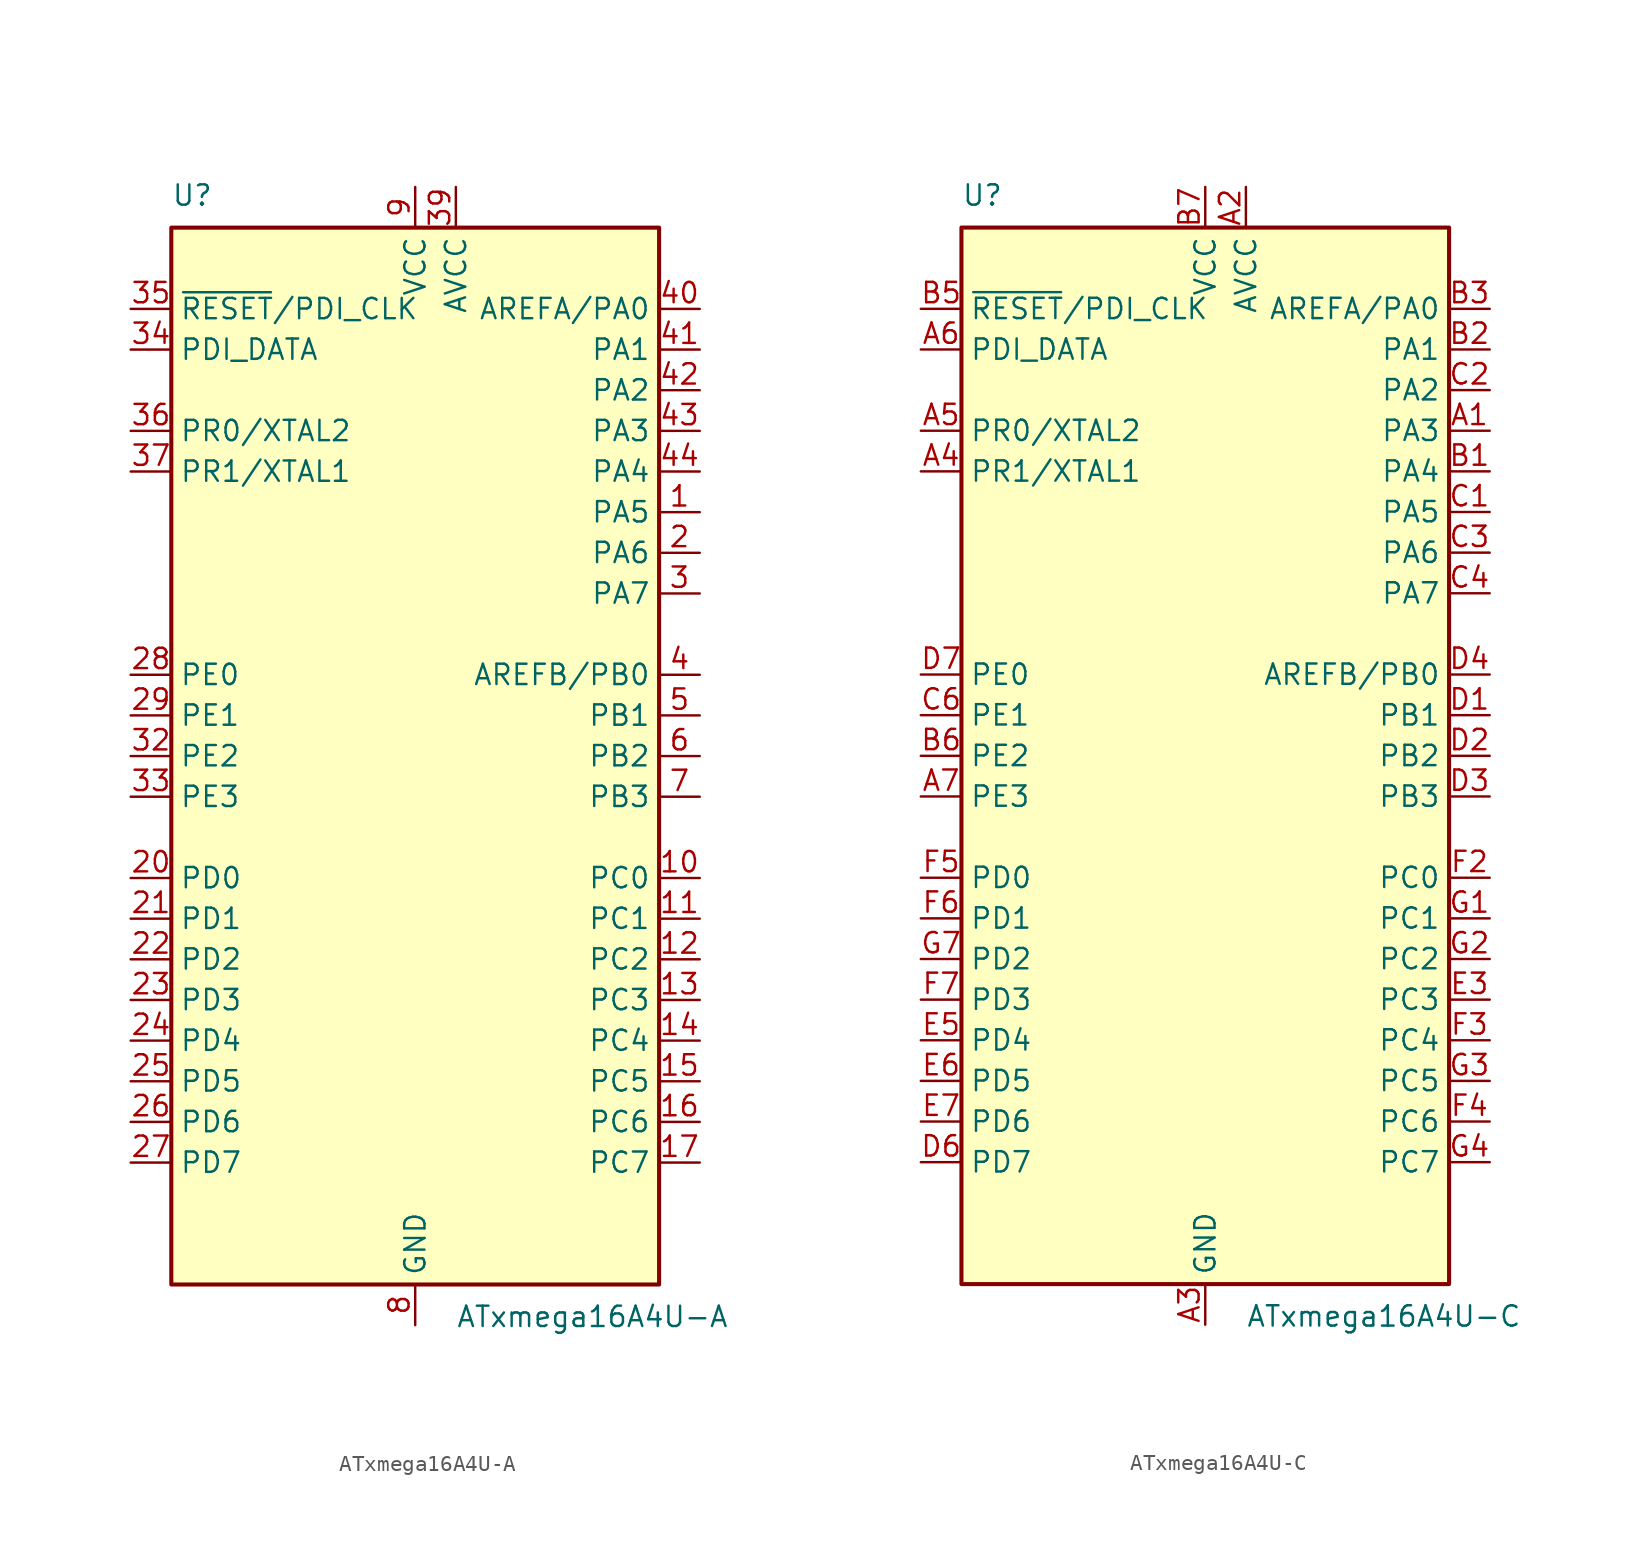
<source format=kicad_sym>
(kicad_symbol_lib
  (version 20201005)
  (generator kicad_symbol_editor)
  (symbol "ATxmega16A4U-A"
    (property "Reference" "U"
      (at -15.24 34.29 0)
      (effects (font (size 1.27 1.27)) (justify left bottom)))
    (property "Value" "ATxmega16A4U-A"
      (at 2.54 -34.29 0)
      (effects (font (size 1.27 1.27)) (justify left top)))
    (symbol "ATxmega16A4U-A_0_1"
      (rectangle (start -15.24 -33.02) (end 15.24 33.02) (stroke (width 0.254)) (fill (type background))))
    (symbol "ATxmega16A4U-A_1_1"
      (pin bidirectional line (at 17.78 15.24 180) (length 2.54) (name "PA5" (effects (font (size 1.27 1.27)))) (number "1" (effects (font (size 1.27 1.27)))))
      (pin bidirectional line (at 17.78 -7.62 180) (length 2.54) (name "PC0" (effects (font (size 1.27 1.27)))) (number "10" (effects (font (size 1.27 1.27)))))
      (pin bidirectional line (at 17.78 -10.16 180) (length 2.54) (name "PC1" (effects (font (size 1.27 1.27)))) (number "11" (effects (font (size 1.27 1.27)))))
      (pin bidirectional line (at 17.78 -12.7 180) (length 2.54) (name "PC2" (effects (font (size 1.27 1.27)))) (number "12" (effects (font (size 1.27 1.27)))))
      (pin bidirectional line (at 17.78 -15.24 180) (length 2.54) (name "PC3" (effects (font (size 1.27 1.27)))) (number "13" (effects (font (size 1.27 1.27)))))
      (pin bidirectional line (at 17.78 -17.78 180) (length 2.54) (name "PC4" (effects (font (size 1.27 1.27)))) (number "14" (effects (font (size 1.27 1.27)))))
      (pin bidirectional line (at 17.78 -20.32 180) (length 2.54) (name "PC5" (effects (font (size 1.27 1.27)))) (number "15" (effects (font (size 1.27 1.27)))))
      (pin bidirectional line (at 17.78 -22.86 180) (length 2.54) (name "PC6" (effects (font (size 1.27 1.27)))) (number "16" (effects (font (size 1.27 1.27)))))
      (pin bidirectional line (at 17.78 -25.4 180) (length 2.54) (name "PC7" (effects (font (size 1.27 1.27)))) (number "17" (effects (font (size 1.27 1.27)))))
      (pin passive line (at 0 -35.56 90) (length 2.54) hide (name "GND" (effects (font (size 1.27 1.27)))) (number "18" (effects (font (size 1.27 1.27)))))
      (pin passive line (at 0 35.56 270) (length 2.54) hide (name "VCC" (effects (font (size 1.27 1.27)))) (number "19" (effects (font (size 1.27 1.27)))))
      (pin bidirectional line (at 17.78 12.7 180) (length 2.54) (name "PA6" (effects (font (size 1.27 1.27)))) (number "2" (effects (font (size 1.27 1.27)))))
      (pin bidirectional line (at -17.78 -7.62 0) (length 2.54) (name "PD0" (effects (font (size 1.27 1.27)))) (number "20" (effects (font (size 1.27 1.27)))))
      (pin bidirectional line (at -17.78 -10.16 0) (length 2.54) (name "PD1" (effects (font (size 1.27 1.27)))) (number "21" (effects (font (size 1.27 1.27)))))
      (pin bidirectional line (at -17.78 -12.7 0) (length 2.54) (name "PD2" (effects (font (size 1.27 1.27)))) (number "22" (effects (font (size 1.27 1.27)))))
      (pin bidirectional line (at -17.78 -15.24 0) (length 2.54) (name "PD3" (effects (font (size 1.27 1.27)))) (number "23" (effects (font (size 1.27 1.27)))))
      (pin bidirectional line (at -17.78 -17.78 0) (length 2.54) (name "PD4" (effects (font (size 1.27 1.27)))) (number "24" (effects (font (size 1.27 1.27)))))
      (pin bidirectional line (at -17.78 -20.32 0) (length 2.54) (name "PD5" (effects (font (size 1.27 1.27)))) (number "25" (effects (font (size 1.27 1.27)))))
      (pin bidirectional line (at -17.78 -22.86 0) (length 2.54) (name "PD6" (effects (font (size 1.27 1.27)))) (number "26" (effects (font (size 1.27 1.27)))))
      (pin bidirectional line (at -17.78 -25.4 0) (length 2.54) (name "PD7" (effects (font (size 1.27 1.27)))) (number "27" (effects (font (size 1.27 1.27)))))
      (pin bidirectional line (at -17.78 5.08 0) (length 2.54) (name "PE0" (effects (font (size 1.27 1.27)))) (number "28" (effects (font (size 1.27 1.27)))))
      (pin bidirectional line (at -17.78 2.54 0) (length 2.54) (name "PE1" (effects (font (size 1.27 1.27)))) (number "29" (effects (font (size 1.27 1.27)))))
      (pin bidirectional line (at 17.78 10.16 180) (length 2.54) (name "PA7" (effects (font (size 1.27 1.27)))) (number "3" (effects (font (size 1.27 1.27)))))
      (pin passive line (at 0 -35.56 90) (length 2.54) hide (name "GND" (effects (font (size 1.27 1.27)))) (number "30" (effects (font (size 1.27 1.27)))))
      (pin passive line (at 0 35.56 270) (length 2.54) hide (name "VCC" (effects (font (size 1.27 1.27)))) (number "31" (effects (font (size 1.27 1.27)))))
      (pin bidirectional line (at -17.78 0 0) (length 2.54) (name "PE2" (effects (font (size 1.27 1.27)))) (number "32" (effects (font (size 1.27 1.27)))))
      (pin bidirectional line (at -17.78 -2.54 0) (length 2.54) (name "PE3" (effects (font (size 1.27 1.27)))) (number "33" (effects (font (size 1.27 1.27)))))
      (pin bidirectional line (at -17.78 25.4 0) (length 2.54) (name "PDI_DATA" (effects (font (size 1.27 1.27)))) (number "34" (effects (font (size 1.27 1.27)))))
      (pin input line (at -17.78 27.94 0) (length 2.54) (name "~RESET~/PDI_CLK" (effects (font (size 1.27 1.27)))) (number "35" (effects (font (size 1.27 1.27)))))
      (pin bidirectional line (at -17.78 20.32 0) (length 2.54) (name "PR0/XTAL2" (effects (font (size 1.27 1.27)))) (number "36" (effects (font (size 1.27 1.27)))))
      (pin bidirectional line (at -17.78 17.78 0) (length 2.54) (name "PR1/XTAL1" (effects (font (size 1.27 1.27)))) (number "37" (effects (font (size 1.27 1.27)))))
      (pin passive line (at 0 -35.56 90) (length 2.54) hide (name "GND" (effects (font (size 1.27 1.27)))) (number "38" (effects (font (size 1.27 1.27)))))
      (pin power_in line (at 2.54 35.56 270) (length 2.54) (name "AVCC" (effects (font (size 1.27 1.27)))) (number "39" (effects (font (size 1.27 1.27)))))
      (pin bidirectional line (at 17.78 5.08 180) (length 2.54) (name "AREFB/PB0" (effects (font (size 1.27 1.27)))) (number "4" (effects (font (size 1.27 1.27)))))
      (pin bidirectional line (at 17.78 27.94 180) (length 2.54) (name "AREFA/PA0" (effects (font (size 1.27 1.27)))) (number "40" (effects (font (size 1.27 1.27)))))
      (pin bidirectional line (at 17.78 25.4 180) (length 2.54) (name "PA1" (effects (font (size 1.27 1.27)))) (number "41" (effects (font (size 1.27 1.27)))))
      (pin bidirectional line (at 17.78 22.86 180) (length 2.54) (name "PA2" (effects (font (size 1.27 1.27)))) (number "42" (effects (font (size 1.27 1.27)))))
      (pin bidirectional line (at 17.78 20.32 180) (length 2.54) (name "PA3" (effects (font (size 1.27 1.27)))) (number "43" (effects (font (size 1.27 1.27)))))
      (pin bidirectional line (at 17.78 17.78 180) (length 2.54) (name "PA4" (effects (font (size 1.27 1.27)))) (number "44" (effects (font (size 1.27 1.27)))))
      (pin bidirectional line (at 17.78 2.54 180) (length 2.54) (name "PB1" (effects (font (size 1.27 1.27)))) (number "5" (effects (font (size 1.27 1.27)))))
      (pin bidirectional line (at 17.78 0 180) (length 2.54) (name "PB2" (effects (font (size 1.27 1.27)))) (number "6" (effects (font (size 1.27 1.27)))))
      (pin bidirectional line (at 17.78 -2.54 180) (length 2.54) (name "PB3" (effects (font (size 1.27 1.27)))) (number "7" (effects (font (size 1.27 1.27)))))
      (pin power_in line (at 0 -35.56 90) (length 2.54) (name "GND" (effects (font (size 1.27 1.27)))) (number "8" (effects (font (size 1.27 1.27)))))
      (pin power_in line (at 0 35.56 270) (length 2.54) (name "VCC" (effects (font (size 1.27 1.27)))) (number "9" (effects (font (size 1.27 1.27)))))))
  (symbol "ATxmega16A4U-C"
    (property "Reference" "U"
      (at -15.24 34.29 0)
      (effects (font (size 1.27 1.27)) (justify left bottom)))
    (property "Value" "ATxmega16A4U-C"
      (at 2.54 -34.29 0)
      (effects (font (size 1.27 1.27)) (justify left top)))
    (symbol "ATxmega16A4U-C_0_1"
      (rectangle (start -15.24 -33.02) (end 15.24 33.02) (stroke (width 0.254)) (fill (type background))))
    (symbol "ATxmega16A4U-C_1_1"
      (pin bidirectional line (at 17.78 20.32 180) (length 2.54) (name "PA3" (effects (font (size 1.27 1.27)))) (number "A1" (effects (font (size 1.27 1.27)))))
      (pin power_in line (at 2.54 35.56 270) (length 2.54) (name "AVCC" (effects (font (size 1.27 1.27)))) (number "A2" (effects (font (size 1.27 1.27)))))
      (pin power_in line (at 0 -35.56 90) (length 2.54) (name "GND" (effects (font (size 1.27 1.27)))) (number "A3" (effects (font (size 1.27 1.27)))))
      (pin bidirectional line (at -17.78 17.78 0) (length 2.54) (name "PR1/XTAL1" (effects (font (size 1.27 1.27)))) (number "A4" (effects (font (size 1.27 1.27)))))
      (pin bidirectional line (at -17.78 20.32 0) (length 2.54) (name "PR0/XTAL2" (effects (font (size 1.27 1.27)))) (number "A5" (effects (font (size 1.27 1.27)))))
      (pin bidirectional line (at -17.78 25.4 0) (length 2.54) (name "PDI_DATA" (effects (font (size 1.27 1.27)))) (number "A6" (effects (font (size 1.27 1.27)))))
      (pin bidirectional line (at -17.78 -2.54 0) (length 2.54) (name "PE3" (effects (font (size 1.27 1.27)))) (number "A7" (effects (font (size 1.27 1.27)))))
      (pin bidirectional line (at 17.78 17.78 180) (length 2.54) (name "PA4" (effects (font (size 1.27 1.27)))) (number "B1" (effects (font (size 1.27 1.27)))))
      (pin bidirectional line (at 17.78 25.4 180) (length 2.54) (name "PA1" (effects (font (size 1.27 1.27)))) (number "B2" (effects (font (size 1.27 1.27)))))
      (pin bidirectional line (at 17.78 27.94 180) (length 2.54) (name "AREFA/PA0" (effects (font (size 1.27 1.27)))) (number "B3" (effects (font (size 1.27 1.27)))))
      (pin passive line (at 0 -35.56 90) (length 2.54) hide (name "GND" (effects (font (size 1.27 1.27)))) (number "B4" (effects (font (size 1.27 1.27)))))
      (pin input line (at -17.78 27.94 0) (length 2.54) (name "~RESET~/PDI_CLK" (effects (font (size 1.27 1.27)))) (number "B5" (effects (font (size 1.27 1.27)))))
      (pin bidirectional line (at -17.78 0 0) (length 2.54) (name "PE2" (effects (font (size 1.27 1.27)))) (number "B6" (effects (font (size 1.27 1.27)))))
      (pin power_in line (at 0 35.56 270) (length 2.54) (name "VCC" (effects (font (size 1.27 1.27)))) (number "B7" (effects (font (size 1.27 1.27)))))
      (pin bidirectional line (at 17.78 15.24 180) (length 2.54) (name "PA5" (effects (font (size 1.27 1.27)))) (number "C1" (effects (font (size 1.27 1.27)))))
      (pin bidirectional line (at 17.78 22.86 180) (length 2.54) (name "PA2" (effects (font (size 1.27 1.27)))) (number "C2" (effects (font (size 1.27 1.27)))))
      (pin bidirectional line (at 17.78 12.7 180) (length 2.54) (name "PA6" (effects (font (size 1.27 1.27)))) (number "C3" (effects (font (size 1.27 1.27)))))
      (pin bidirectional line (at 17.78 10.16 180) (length 2.54) (name "PA7" (effects (font (size 1.27 1.27)))) (number "C4" (effects (font (size 1.27 1.27)))))
      (pin passive line (at 0 -35.56 90) (length 2.54) hide (name "GND" (effects (font (size 1.27 1.27)))) (number "C5" (effects (font (size 1.27 1.27)))))
      (pin bidirectional line (at -17.78 2.54 0) (length 2.54) (name "PE1" (effects (font (size 1.27 1.27)))) (number "C6" (effects (font (size 1.27 1.27)))))
      (pin passive line (at 0 -35.56 90) (length 2.54) hide (name "GND" (effects (font (size 1.27 1.27)))) (number "C7" (effects (font (size 1.27 1.27)))))
      (pin bidirectional line (at 17.78 2.54 180) (length 2.54) (name "PB1" (effects (font (size 1.27 1.27)))) (number "D1" (effects (font (size 1.27 1.27)))))
      (pin bidirectional line (at 17.78 0 180) (length 2.54) (name "PB2" (effects (font (size 1.27 1.27)))) (number "D2" (effects (font (size 1.27 1.27)))))
      (pin bidirectional line (at 17.78 -2.54 180) (length 2.54) (name "PB3" (effects (font (size 1.27 1.27)))) (number "D3" (effects (font (size 1.27 1.27)))))
      (pin bidirectional line (at 17.78 5.08 180) (length 2.54) (name "AREFB/PB0" (effects (font (size 1.27 1.27)))) (number "D4" (effects (font (size 1.27 1.27)))))
      (pin passive line (at 0 -35.56 90) (length 2.54) hide (name "GND" (effects (font (size 1.27 1.27)))) (number "D5" (effects (font (size 1.27 1.27)))))
      (pin bidirectional line (at -17.78 -25.4 0) (length 2.54) (name "PD7" (effects (font (size 1.27 1.27)))) (number "D6" (effects (font (size 1.27 1.27)))))
      (pin bidirectional line (at -17.78 5.08 0) (length 2.54) (name "PE0" (effects (font (size 1.27 1.27)))) (number "D7" (effects (font (size 1.27 1.27)))))
      (pin passive line (at 0 -35.56 90) (length 2.54) hide (name "GND" (effects (font (size 1.27 1.27)))) (number "E1" (effects (font (size 1.27 1.27)))))
      (pin passive line (at 0 -35.56 90) (length 2.54) hide (name "GND" (effects (font (size 1.27 1.27)))) (number "E2" (effects (font (size 1.27 1.27)))))
      (pin bidirectional line (at 17.78 -15.24 180) (length 2.54) (name "PC3" (effects (font (size 1.27 1.27)))) (number "E3" (effects (font (size 1.27 1.27)))))
      (pin passive line (at 0 -35.56 90) (length 2.54) hide (name "GND" (effects (font (size 1.27 1.27)))) (number "E4" (effects (font (size 1.27 1.27)))))
      (pin bidirectional line (at -17.78 -17.78 0) (length 2.54) (name "PD4" (effects (font (size 1.27 1.27)))) (number "E5" (effects (font (size 1.27 1.27)))))
      (pin bidirectional line (at -17.78 -20.32 0) (length 2.54) (name "PD5" (effects (font (size 1.27 1.27)))) (number "E6" (effects (font (size 1.27 1.27)))))
      (pin bidirectional line (at -17.78 -22.86 0) (length 2.54) (name "PD6" (effects (font (size 1.27 1.27)))) (number "E7" (effects (font (size 1.27 1.27)))))
      (pin passive line (at 0 35.56 270) (length 2.54) hide (name "VCC" (effects (font (size 1.27 1.27)))) (number "F1" (effects (font (size 1.27 1.27)))))
      (pin bidirectional line (at 17.78 -7.62 180) (length 2.54) (name "PC0" (effects (font (size 1.27 1.27)))) (number "F2" (effects (font (size 1.27 1.27)))))
      (pin bidirectional line (at 17.78 -17.78 180) (length 2.54) (name "PC4" (effects (font (size 1.27 1.27)))) (number "F3" (effects (font (size 1.27 1.27)))))
      (pin bidirectional line (at 17.78 -22.86 180) (length 2.54) (name "PC6" (effects (font (size 1.27 1.27)))) (number "F4" (effects (font (size 1.27 1.27)))))
      (pin bidirectional line (at -17.78 -7.62 0) (length 2.54) (name "PD0" (effects (font (size 1.27 1.27)))) (number "F5" (effects (font (size 1.27 1.27)))))
      (pin bidirectional line (at -17.78 -10.16 0) (length 2.54) (name "PD1" (effects (font (size 1.27 1.27)))) (number "F6" (effects (font (size 1.27 1.27)))))
      (pin bidirectional line (at -17.78 -15.24 0) (length 2.54) (name "PD3" (effects (font (size 1.27 1.27)))) (number "F7" (effects (font (size 1.27 1.27)))))
      (pin bidirectional line (at 17.78 -10.16 180) (length 2.54) (name "PC1" (effects (font (size 1.27 1.27)))) (number "G1" (effects (font (size 1.27 1.27)))))
      (pin bidirectional line (at 17.78 -12.7 180) (length 2.54) (name "PC2" (effects (font (size 1.27 1.27)))) (number "G2" (effects (font (size 1.27 1.27)))))
      (pin bidirectional line (at 17.78 -20.32 180) (length 2.54) (name "PC5" (effects (font (size 1.27 1.27)))) (number "G3" (effects (font (size 1.27 1.27)))))
      (pin bidirectional line (at 17.78 -25.4 180) (length 2.54) (name "PC7" (effects (font (size 1.27 1.27)))) (number "G4" (effects (font (size 1.27 1.27)))))
      (pin passive line (at 0 -35.56 90) (length 2.54) hide (name "GND" (effects (font (size 1.27 1.27)))) (number "G5" (effects (font (size 1.27 1.27)))))
      (pin passive line (at 0 35.56 270) (length 2.54) hide (name "VCC" (effects (font (size 1.27 1.27)))) (number "G6" (effects (font (size 1.27 1.27)))))
      (pin bidirectional line (at -17.78 -12.7 0) (length 2.54) (name "PD2" (effects (font (size 1.27 1.27)))) (number "G7" (effects (font (size 1.27 1.27))))))))
</source>
